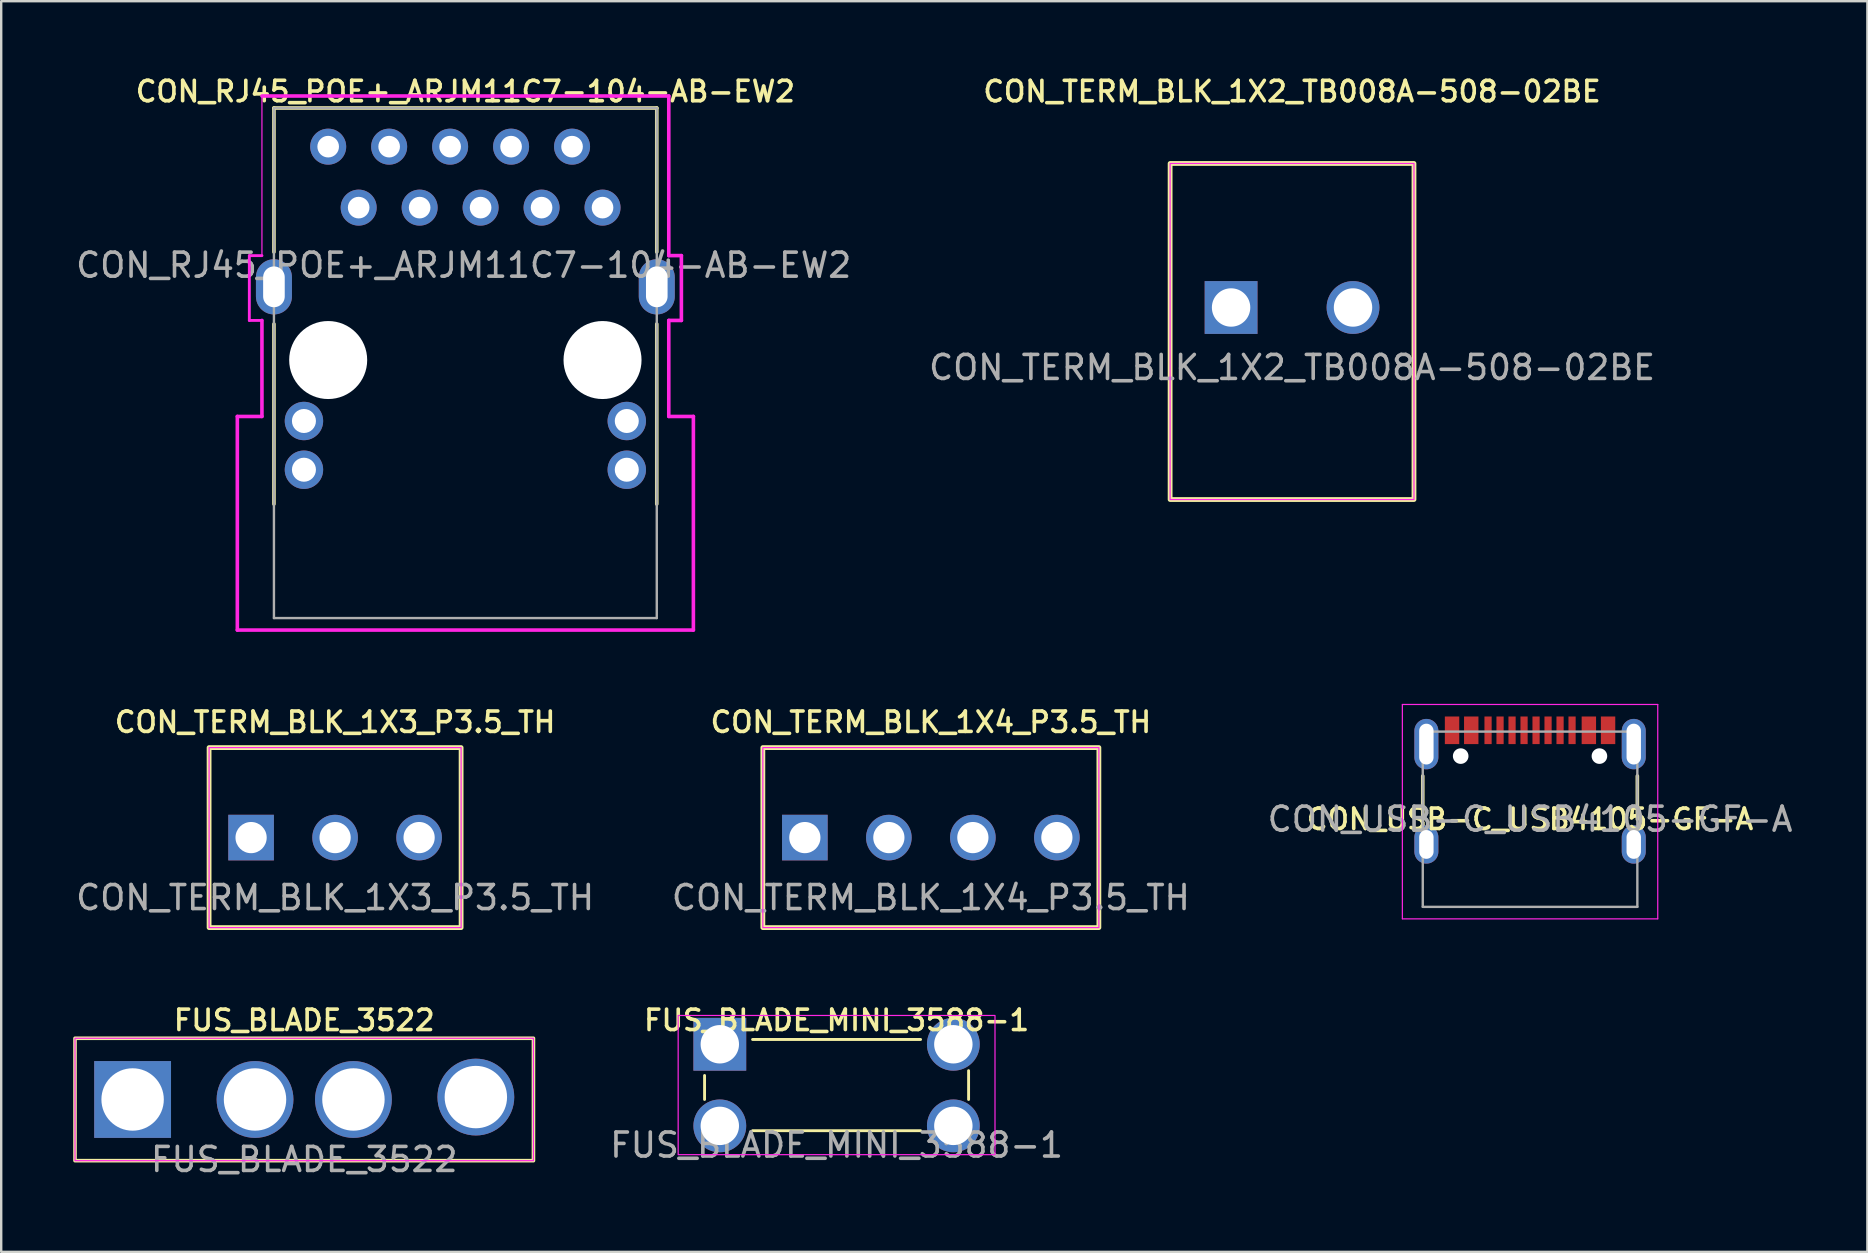
<source format=kicad_pcb>
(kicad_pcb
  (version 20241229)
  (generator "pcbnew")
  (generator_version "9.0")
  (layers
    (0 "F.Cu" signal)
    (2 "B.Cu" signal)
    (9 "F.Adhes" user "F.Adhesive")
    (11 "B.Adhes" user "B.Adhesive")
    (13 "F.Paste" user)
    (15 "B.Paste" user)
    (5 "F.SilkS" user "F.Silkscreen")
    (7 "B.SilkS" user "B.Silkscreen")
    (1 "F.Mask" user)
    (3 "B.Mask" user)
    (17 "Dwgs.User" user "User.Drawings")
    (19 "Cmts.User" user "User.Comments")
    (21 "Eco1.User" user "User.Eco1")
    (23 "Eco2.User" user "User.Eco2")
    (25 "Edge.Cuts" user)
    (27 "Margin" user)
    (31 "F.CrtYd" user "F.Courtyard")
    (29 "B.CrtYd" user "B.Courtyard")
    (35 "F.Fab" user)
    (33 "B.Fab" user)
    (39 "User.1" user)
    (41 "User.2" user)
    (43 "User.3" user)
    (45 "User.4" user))
  (footprint "CON_RJ45_POE+_ARJM11C7-104-AB-EW2"
    (layer "F.Cu")
    (at 16.338 11.95)
    (property "Reference" "CON_RJ45_POE+_ARJM11C7-104-AB-EW2" (at 0 -11.19 0) (layer "F.SilkS") (effects (font (size 0.85 0.85) (thickness 0.15))))
    (attr through_hole)
    (fp_line (start -7.975 -10.5) (end -7.975 -4.5) (stroke (width 0.15) (type solid)) (layer "F.SilkS"))
    (fp_line (start -7.975 -10.5) (end 7.975 -10.5) (stroke (width 0.15) (type solid)) (layer "F.SilkS"))
    (fp_line (start -7.975 -1.5) (end -7.975 6) (stroke (width 0.15) (type solid)) (layer "F.SilkS"))
    (fp_line (start 7.975 -10.5) (end 7.975 -4.5) (stroke (width 0.15) (type solid)) (layer "F.SilkS"))
    (fp_line (start 7.975 -1.5) (end 7.975 6) (stroke (width 0.15) (type solid)) (layer "F.SilkS"))
    (fp_line (start -9.5 2.35) (end -9.5 11.25) (stroke (width 0.15) (type solid)) (layer "F.CrtYd"))
    (fp_line (start -9.5 2.35) (end -8.475 2.35) (stroke (width 0.15) (type solid)) (layer "F.CrtYd"))
    (fp_line (start -9.5 11.25) (end 9.5 11.25) (stroke (width 0.15) (type solid)) (layer "F.CrtYd"))
    (fp_line (start -9 -4.35) (end -8.475 -4.35) (stroke (width 0.12) (type solid)) (layer "F.CrtYd"))
    (fp_line (start -9 -1.65) (end -9 -4.35) (stroke (width 0.12) (type solid)) (layer "F.CrtYd"))
    (fp_line (start -8.475 -11) (end -8.475 -4.35) (stroke (width 0.05) (type solid)) (layer "F.CrtYd"))
    (fp_line (start -8.475 -11) (end 8.475 -11) (stroke (width 0.15) (type solid)) (layer "F.CrtYd"))
    (fp_line (start -8.475 -1.65) (end -9 -1.65) (stroke (width 0.12) (type solid)) (layer "F.CrtYd"))
    (fp_line (start -8.475 2.35) (end -8.475 -1.65) (stroke (width 0.15) (type solid)) (layer "F.CrtYd"))
    (fp_line (start 8.475 -11) (end 8.475 -4.35) (stroke (width 0.15) (type solid)) (layer "F.CrtYd"))
    (fp_line (start 8.475 -4.35) (end 9 -4.35) (stroke (width 0.15) (type solid)) (layer "F.CrtYd"))
    (fp_line (start 8.475 -1.65) (end 9 -1.65) (stroke (width 0.15) (type solid)) (layer "F.CrtYd"))
    (fp_line (start 8.475 2.35) (end 8.475 -1.65) (stroke (width 0.15) (type solid)) (layer "F.CrtYd"))
    (fp_line (start 9 -1.65) (end 9 -4.35) (stroke (width 0.15) (type solid)) (layer "F.CrtYd"))
    (fp_line (start 9.5 2.35) (end 8.475 2.35) (stroke (width 0.15) (type solid)) (layer "F.CrtYd"))
    (fp_line (start 9.5 2.35) (end 9.5 11.25) (stroke (width 0.15) (type solid)) (layer "F.CrtYd"))
    (fp_line (start -7.975 -10.5) (end 7.975 -10.5) (stroke (width 0.1) (type solid)) (layer "F.Fab"))
    (fp_line (start -7.975 10.75) (end -7.975 -10.5) (stroke (width 0.1) (type solid)) (layer "F.Fab"))
    (fp_line (start 7.975 -10.5) (end 7.975 10.75) (stroke (width 0.1) (type solid)) (layer "F.Fab"))
    (fp_line (start 7.975 10.75) (end -7.975 10.75) (stroke (width 0.1) (type solid)) (layer "F.Fab"))
    (fp_text user "${REFERENCE}" (at -0.07 -3.95 0) (layer "F.Fab") (effects (font (size 1 1) (thickness 0.15))))
    (pad "" np_thru_hole circle (at -5.715 0) (size 3.25 3.25) (drill 3.25) (layers "*.Cu" "*.Mask"))
    (pad "" np_thru_hole circle (at 5.715 0) (size 3.25 3.25) (drill 3.25) (layers "*.Cu" "*.Mask"))
    (pad "1" thru_hole circle (at 5.715 -6.35) (size 1.5 1.5) (drill 0.9) (layers "*.Cu" "*.Mask"))
    (pad "2" thru_hole circle (at 4.445 -8.89) (size 1.5 1.5) (drill 0.9) (layers "*.Cu" "*.Mask"))
    (pad "3" thru_hole circle (at 3.175 -6.35) (size 1.5 1.5) (drill 0.9) (layers "*.Cu" "*.Mask"))
    (pad "4" thru_hole circle (at 1.905 -8.89) (size 1.5 1.5) (drill 0.9) (layers "*.Cu" "*.Mask"))
    (pad "5" thru_hole circle (at 0.635 -6.35) (size 1.5 1.5) (drill 0.9) (layers "*.Cu" "*.Mask"))
    (pad "6" thru_hole circle (at -0.635 -8.89) (size 1.5 1.5) (drill 0.9) (layers "*.Cu" "*.Mask"))
    (pad "7" thru_hole circle (at -1.905 -6.35) (size 1.5 1.5) (drill 0.9) (layers "*.Cu" "*.Mask"))
    (pad "8" thru_hole circle (at -3.175 -8.89) (size 1.5 1.5) (drill 0.9) (layers "*.Cu" "*.Mask"))
    (pad "9" thru_hole circle (at -4.445 -6.35) (size 1.5 1.5) (drill 0.9) (layers "*.Cu" "*.Mask"))
    (pad "10" thru_hole circle (at -5.715 -8.89) (size 1.5 1.5) (drill 0.9) (layers "*.Cu" "*.Mask"))
    (pad "11" thru_hole circle (at 6.725 2.54) (size 1.6 1.6) (drill 1) (layers "*.Cu" "*.Mask"))
    (pad "12" thru_hole circle (at 6.725 4.57) (size 1.6 1.6) (drill 1) (layers "*.Cu" "*.Mask"))
    (pad "13" thru_hole circle (at -6.725 2.54) (size 1.6 1.6) (drill 1) (layers "*.Cu" "*.Mask"))
    (pad "14" thru_hole circle (at -6.725 4.57) (size 1.6 1.6) (drill 1) (layers "*.Cu" "*.Mask"))
    (pad "15" thru_hole oval (at -7.975 -3.05) (size 1.5 2.3) (drill oval 0.9 1.7) (layers "*.Cu" "*.Mask"))
    (pad "16" thru_hole oval (at 7.975 -3.05) (size 1.5 2.3) (drill oval 0.9 1.7) (layers "*.Cu" "*.Mask")))
  (footprint "CON_TERM_BLK_1X4_P3.5_TH"
    (layer "F.Cu")
    (at 35.732 31.846)
    (property "Reference" "CON_TERM_BLK_1X4_P3.5_TH" (at 0 -4.81 0) (unlocked yes) (layer "F.SilkS") (effects (font (size 0.85 0.85) (thickness 0.15))))
    (attr through_hole)
    (fp_rect (start -7 -3.75) (end 7 3.75) (stroke (width 0.2) (type solid)) (fill no) (layer "F.SilkS"))
    (fp_rect (start 7 -3.75) (end -7 3.75) (stroke (width 0.05) (type solid)) (fill no) (layer "F.CrtYd"))
    (fp_text user "${REFERENCE}" (at 0 2.5 0) (unlocked yes) (layer "F.Fab") (effects (font (size 1 1) (thickness 0.15))))
    (pad "1" thru_hole rect (at -5.25 0) (size 1.9 1.9) (drill 1.3) (layers "*.Cu" "*.Mask"))
    (pad "2" thru_hole circle (at -1.75 0) (size 1.9 1.9) (drill 1.3) (layers "*.Cu" "*.Mask"))
    (pad "3" thru_hole circle (at 1.75 0) (size 1.9 1.9) (drill 1.3) (layers "*.Cu" "*.Mask"))
    (pad "4" thru_hole circle (at 5.25 0) (size 1.9 1.9) (drill 1.3) (layers "*.Cu" "*.Mask")))
  (footprint "CON_USB-C_USB4105-GF-A"
    (layer "F.Cu")
    (at 60.696 31.081)
    (property "Reference" "CON_USB-C_USB4105-GF-A" (at 0 0 0) (layer "F.SilkS") (effects (font (size 0.85 0.85) (thickness 0.15))))
    (attr smd)
    (fp_line (start -4.47 -1.8) (end -4.47 0) (stroke (width 0.15) (type solid)) (layer "F.SilkS"))
    (fp_line (start 4.47 -1.8) (end 4.47 0) (stroke (width 0.15) (type solid)) (layer "F.SilkS"))
    (fp_line (start -5.32 -4.78) (end -5.32 4.15) (stroke (width 0.05) (type solid)) (layer "F.CrtYd"))
    (fp_line (start -5.32 -4.78) (end 5.32 -4.78) (stroke (width 0.05) (type solid)) (layer "F.CrtYd"))
    (fp_line (start -5.32 4.15) (end 5.32 4.15) (stroke (width 0.05) (type solid)) (layer "F.CrtYd"))
    (fp_line (start 5.32 -4.78) (end 5.32 4.15) (stroke (width 0.05) (type solid)) (layer "F.CrtYd"))
    (fp_line (start -4.47 -3.65) (end -4.47 3.65) (stroke (width 0.1) (type solid)) (layer "F.Fab"))
    (fp_line (start -4.47 -3.65) (end 4.47 -3.65) (stroke (width 0.1) (type solid)) (layer "F.Fab"))
    (fp_line (start -4.47 3.65) (end 4.47 3.65) (stroke (width 0.1) (type solid)) (layer "F.Fab"))
    (fp_line (start 4.47 -3.65) (end 4.47 3.65) (stroke (width 0.1) (type solid)) (layer "F.Fab"))
    (fp_text user "${REFERENCE}" (at 0 0 0) (layer "F.Fab") (effects (font (size 1 1) (thickness 0.15))))
    (pad "" np_thru_hole circle (at -2.89 -2.63) (size 0.65 0.65) (drill 0.65) (layers "*.Cu" "*.Mask"))
    (pad "" np_thru_hole circle (at 2.89 -2.63) (size 0.65 0.65) (drill 0.65) (layers "*.Cu" "*.Mask"))
    (pad "1" smd rect (at -3.25 -3.705) (size 0.6 1.15) (layers "F.Cu" "F.Mask" "F.Paste"))
    (pad "2" smd rect (at -2.45 -3.705) (size 0.6 1.15) (layers "F.Cu" "F.Mask" "F.Paste"))
    (pad "3" smd rect (at -1.75 -3.705) (size 0.3 1.15) (layers "F.Cu" "F.Mask" "F.Paste"))
    (pad "4" smd rect (at -1.25 -3.705) (size 0.3 1.15) (layers "F.Cu" "F.Mask" "F.Paste"))
    (pad "5" smd rect (at -0.75 -3.705) (size 0.3 1.15) (layers "F.Cu" "F.Mask" "F.Paste"))
    (pad "6" smd rect (at -0.25 -3.705) (size 0.3 1.15) (layers "F.Cu" "F.Mask" "F.Paste"))
    (pad "7" smd rect (at 0.25 -3.705) (size 0.3 1.15) (layers "F.Cu" "F.Mask" "F.Paste"))
    (pad "8" smd rect (at 0.75 -3.705) (size 0.3 1.15) (layers "F.Cu" "F.Mask" "F.Paste"))
    (pad "9" smd rect (at 1.25 -3.705) (size 0.3 1.15) (layers "F.Cu" "F.Mask" "F.Paste"))
    (pad "10" smd rect (at 1.75 -3.705) (size 0.3 1.15) (layers "F.Cu" "F.Mask" "F.Paste"))
    (pad "11" smd rect (at 2.45 -3.705) (size 0.6 1.15) (layers "F.Cu" "F.Mask" "F.Paste"))
    (pad "12" smd rect (at 3.25 -3.705) (size 0.6 1.15) (layers "F.Cu" "F.Mask" "F.Paste"))
    (pad "13" thru_hole oval (at -4.32 -3.13) (size 1 2.1) (drill oval 0.6 1.7) (layers "*.Cu" "*.Mask" "F.Paste"))
    (pad "14" thru_hole oval (at 4.32 -3.13) (size 1 2.1) (drill oval 0.6 1.7) (layers "*.Cu" "*.Mask" "F.Paste"))
    (pad "15" thru_hole oval (at -4.32 1.05) (size 1 1.6) (drill oval 0.6 1.2) (layers "*.Cu" "*.Mask" "F.Paste"))
    (pad "16" thru_hole oval (at 4.32 1.05) (size 1 1.6) (drill oval 0.6 1.2) (layers "*.Cu" "*.Mask" "F.Paste")))
  (footprint "CON_TERM_BLK_1X2_TB008A-508-02BE"
    (layer "F.Cu")
    (at 50.78 9.761)
    (property "Reference" "CON_TERM_BLK_1X2_TB008A-508-02BE" (at 0 -9 0) (unlocked yes) (layer "F.SilkS") (effects (font (size 0.85 0.85) (thickness 0.15))))
    (attr through_hole)
    (fp_rect (start -5.08 -6) (end 5.08 8) (stroke (width 0.2) (type solid)) (fill no) (layer "F.SilkS"))
    (fp_rect (start -5.08 -6) (end 5.08 8) (stroke (width 0.05) (type solid)) (fill no) (layer "F.CrtYd"))
    (fp_text user "${REFERENCE}" (at 0 2.5 0) (unlocked yes) (layer "F.Fab") (effects (font (size 1 1) (thickness 0.15))))
    (pad "1" thru_hole rect (at -2.54 0) (size 2.2 2.2) (drill 1.6) (layers "*.Cu" "*.Mask"))
    (pad "2" thru_hole circle (at 2.54 0) (size 2.2 2.2) (drill 1.6) (layers "*.Cu" "*.Mask")))
  (footprint "FUS_BLADE_MINI_3588-1"
    (layer "F.Cu")
    (at 31.804 42.157)
    (property "Reference" "FUS_BLADE_MINI_3588-1" (at 0 -2.7 0) (unlocked yes) (layer "F.SilkS") (effects (font (size 0.85 0.85) (thickness 0.15))))
    (attr smd)
    (fp_line (start -5.5 -0.4) (end -5.5 0.6) (stroke (width 0.12) (type solid)) (layer "F.SilkS"))
    (fp_line (start -3.5 -1.9) (end 3.5 -1.9) (stroke (width 0.12) (type solid)) (layer "F.SilkS"))
    (fp_line (start 3.5 1.9) (end -3.5 1.9) (stroke (width 0.12) (type solid)) (layer "F.SilkS"))
    (fp_line (start 5.5 -0.6) (end 5.5 0.6) (stroke (width 0.12) (type solid)) (layer "F.SilkS"))
    (fp_rect (start -6.6 -2.9) (end 6.6 2.9) (stroke (width 0.05) (type solid)) (fill no) (layer "F.CrtYd"))
    (fp_text user "${REFERENCE}" (at 0 2.5 0) (unlocked yes) (layer "F.Fab") (effects (font (size 1 1) (thickness 0.15))))
    (pad "1" thru_hole rect (at -4.865 -1.7) (size 2.2 2.2) (drill 1.6) (layers "*.Cu" "*.Mask"))
    (pad "2" thru_hole circle (at -4.865 1.7) (size 2.2 2.2) (drill 1.6) (layers "*.Cu" "*.Mask"))
    (pad "3" thru_hole circle (at 4.865 1.7) (size 2.2 2.2) (drill 1.6) (layers "*.Cu" "*.Mask"))
    (pad "4" thru_hole circle (at 4.865 -1.7) (size 2.2 2.2) (drill 1.6) (layers "*.Cu" "*.Mask")))
  (footprint "FUS_BLADE_3522"
    (layer "F.Cu")
    (at 9.625 42.757)
    (property "Reference" "FUS_BLADE_3522" (at 0 -3.3 0) (unlocked yes) (layer "F.SilkS") (effects (font (size 0.85 0.85) (thickness 0.15))))
    (attr smd)
    (fp_rect (start -9.55 -2.55) (end 9.55 2.55) (stroke (width 0.15) (type solid)) (fill no) (layer "F.SilkS"))
    (fp_rect (start -9.55 -2.55) (end 9.55 2.55) (stroke (width 0.05) (type solid)) (fill no) (layer "F.CrtYd"))
    (fp_text user "${REFERENCE}" (at 0 2.5 0) (unlocked yes) (layer "F.Fab") (effects (font (size 1 1) (thickness 0.15))))
    (pad "1" thru_hole rect (at -7.15 0) (size 3.2 3.2) (drill 2.6) (layers "*.Cu" "*.Mask"))
    (pad "2" thru_hole circle (at -2.05 0) (size 3.2 3.2) (drill 2.6) (layers "*.Cu" "*.Mask"))
    (pad "3" thru_hole circle (at 2.05 0) (size 3.2 3.2) (drill 2.6) (layers "*.Cu" "*.Mask"))
    (pad "4" thru_hole circle (at 7.15 -0.1) (size 3.2 3.2) (drill 2.6) (layers "*.Cu" "*.Mask")))
  (footprint "CON_TERM_BLK_1X3_P3.5_TH"
    (layer "F.Cu")
    (at 10.911 31.846)
    (property "Reference" "CON_TERM_BLK_1X3_P3.5_TH" (at 0 -4.81 0) (unlocked yes) (layer "F.SilkS") (effects (font (size 0.85 0.85) (thickness 0.15))))
    (attr smd)
    (fp_rect (start -5.25 -3.75) (end 5.25 3.75) (stroke (width 0.2) (type solid)) (fill no) (layer "F.SilkS"))
    (fp_rect (start -5.25 3.75) (end 5.25 -3.75) (stroke (width 0.05) (type solid)) (fill no) (layer "F.CrtYd"))
    (fp_text user "${REFERENCE}" (at 0 2.5 0) (unlocked yes) (layer "F.Fab") (effects (font (size 1 1) (thickness 0.15))))
    (pad "1" thru_hole rect (at -3.5 0) (size 1.9 1.9) (drill 1.3) (layers "*.Cu" "*.Mask"))
    (pad "2" thru_hole circle (at 0 0) (size 1.9 1.9) (drill 1.3) (layers "*.Cu" "*.Mask"))
    (pad "3" thru_hole circle (at 3.5 0) (size 1.9 1.9) (drill 1.3) (layers "*.Cu" "*.Mask")))
  (gr_rect
    (start -3 -3)
    (end 74.75 49.105)
    (stroke (width 0.1) (type default))
    (fill no)
    (layer "Edge.Cuts")))
</source>
